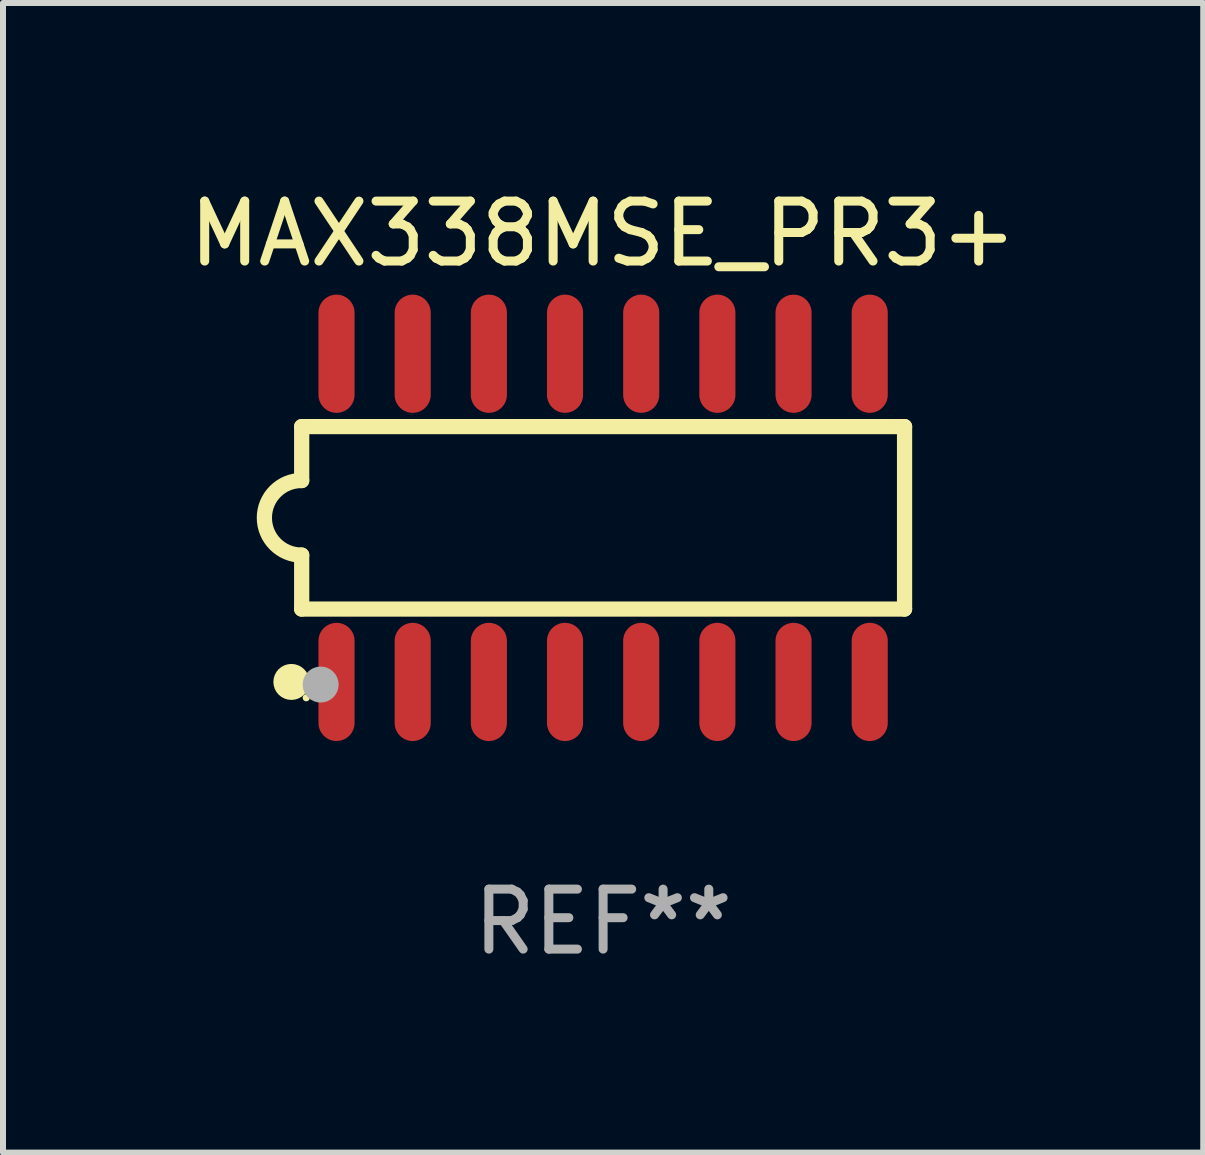
<source format=kicad_pcb>
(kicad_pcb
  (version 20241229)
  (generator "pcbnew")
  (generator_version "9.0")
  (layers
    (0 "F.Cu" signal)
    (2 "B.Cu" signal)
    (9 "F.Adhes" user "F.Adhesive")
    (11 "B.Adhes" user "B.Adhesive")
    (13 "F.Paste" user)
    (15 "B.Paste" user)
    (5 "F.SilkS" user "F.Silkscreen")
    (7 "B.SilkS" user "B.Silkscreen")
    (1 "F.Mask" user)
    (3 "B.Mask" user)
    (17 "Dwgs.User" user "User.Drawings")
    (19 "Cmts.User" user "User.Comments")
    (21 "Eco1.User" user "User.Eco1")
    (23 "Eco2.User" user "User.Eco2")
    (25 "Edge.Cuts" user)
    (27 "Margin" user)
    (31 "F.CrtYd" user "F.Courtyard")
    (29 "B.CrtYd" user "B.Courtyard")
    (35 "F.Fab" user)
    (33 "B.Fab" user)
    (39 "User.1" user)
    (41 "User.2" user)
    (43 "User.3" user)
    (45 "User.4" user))
  (footprint "MAX338MSE_PR3+"
    (layer "F.Cu")
    (at 7.006 5.584)
    (property "Reference" "MAX338MSE_PR3+" (at 0 -4.736 0) (layer "F.SilkS") (effects (font (size 1 1) (thickness 0.15))))
    (attr through_hole)
    (fp_line (start -5.026 -1.521) (end -5.026 -0.621) (stroke (width 0.254) (type solid)) (layer "F.SilkS"))
    (fp_line (start -5.026 -1.521) (end 5.026 -1.521) (stroke (width 0.254) (type solid)) (layer "F.SilkS"))
    (fp_line (start -5.026 1.521) (end -5.026 0.621) (stroke (width 0.254) (type solid)) (layer "F.SilkS"))
    (fp_line (start 5.026 -1.521) (end 5.026 1.521) (stroke (width 0.254) (type solid)) (layer "F.SilkS"))
    (fp_line (start 5.026 1.521) (end -5.026 1.521) (stroke (width 0.254) (type solid)) (layer "F.SilkS"))
    (fp_arc (start -5.026187 0.621387) (mid -5.647752 -0.000787) (end -5.025781 -0.622555) (stroke (width 0.254001) (type solid)) (layer "F.SilkS"))
    (fp_circle (center -5.198 2.736) (end -5.048 2.736) (stroke (width 0.3) (type solid)) (fill no) (layer "F.SilkS"))
    (fp_circle (center -4.95 3) (end -4.92 3) (stroke (width 0.06) (type solid)) (fill no) (layer "F.SilkS"))
    (fp_circle (center -4.71 2.78) (end -4.56 2.78) (stroke (width 0.3) (type solid)) (fill no) (layer "F.Fab"))
    (fp_text user "REF**" (at 0 6.736 0) (layer "F.Fab") (effects (font (size 1 1) (thickness 0.15))))
    (pad "1" smd oval (at -4.445 2.736) (size 0.602 1.971) (layers "F.Cu" "F.Mask" "F.Paste"))
    (pad "2" smd oval (at -3.175 2.736) (size 0.602 1.971) (layers "F.Cu" "F.Mask" "F.Paste"))
    (pad "3" smd oval (at -1.905 2.736) (size 0.602 1.971) (layers "F.Cu" "F.Mask" "F.Paste"))
    (pad "4" smd oval (at -0.635 2.736) (size 0.602 1.971) (layers "F.Cu" "F.Mask" "F.Paste"))
    (pad "5" smd oval (at 0.635 2.736) (size 0.602 1.971) (layers "F.Cu" "F.Mask" "F.Paste"))
    (pad "6" smd oval (at 1.905 2.736) (size 0.602 1.971) (layers "F.Cu" "F.Mask" "F.Paste"))
    (pad "7" smd oval (at 3.175 2.736) (size 0.602 1.971) (layers "F.Cu" "F.Mask" "F.Paste"))
    (pad "8" smd oval (at 4.445 2.736) (size 0.602 1.971) (layers "F.Cu" "F.Mask" "F.Paste"))
    (pad "9" smd oval (at 4.445 -2.736) (size 0.602 1.971) (layers "F.Cu" "F.Mask" "F.Paste"))
    (pad "10" smd oval (at 3.175 -2.736) (size 0.602 1.971) (layers "F.Cu" "F.Mask" "F.Paste"))
    (pad "11" smd oval (at 1.905 -2.736) (size 0.602 1.971) (layers "F.Cu" "F.Mask" "F.Paste"))
    (pad "12" smd oval (at 0.635 -2.736) (size 0.602 1.971) (layers "F.Cu" "F.Mask" "F.Paste"))
    (pad "13" smd oval (at -0.635 -2.736) (size 0.602 1.971) (layers "F.Cu" "F.Mask" "F.Paste"))
    (pad "14" smd oval (at -1.905 -2.736) (size 0.602 1.971) (layers "F.Cu" "F.Mask" "F.Paste"))
    (pad "15" smd oval (at -3.175 -2.736) (size 0.602 1.971) (layers "F.Cu" "F.Mask" "F.Paste"))
    (pad "16" smd oval (at -4.445 -2.736) (size 0.602 1.971) (layers "F.Cu" "F.Mask" "F.Paste")))
  (gr_rect
    (start -3 -3)
    (end 17.012 16.168)
    (stroke (width 0.1) (type default))
    (fill no)
    (layer "Edge.Cuts")))
</source>
